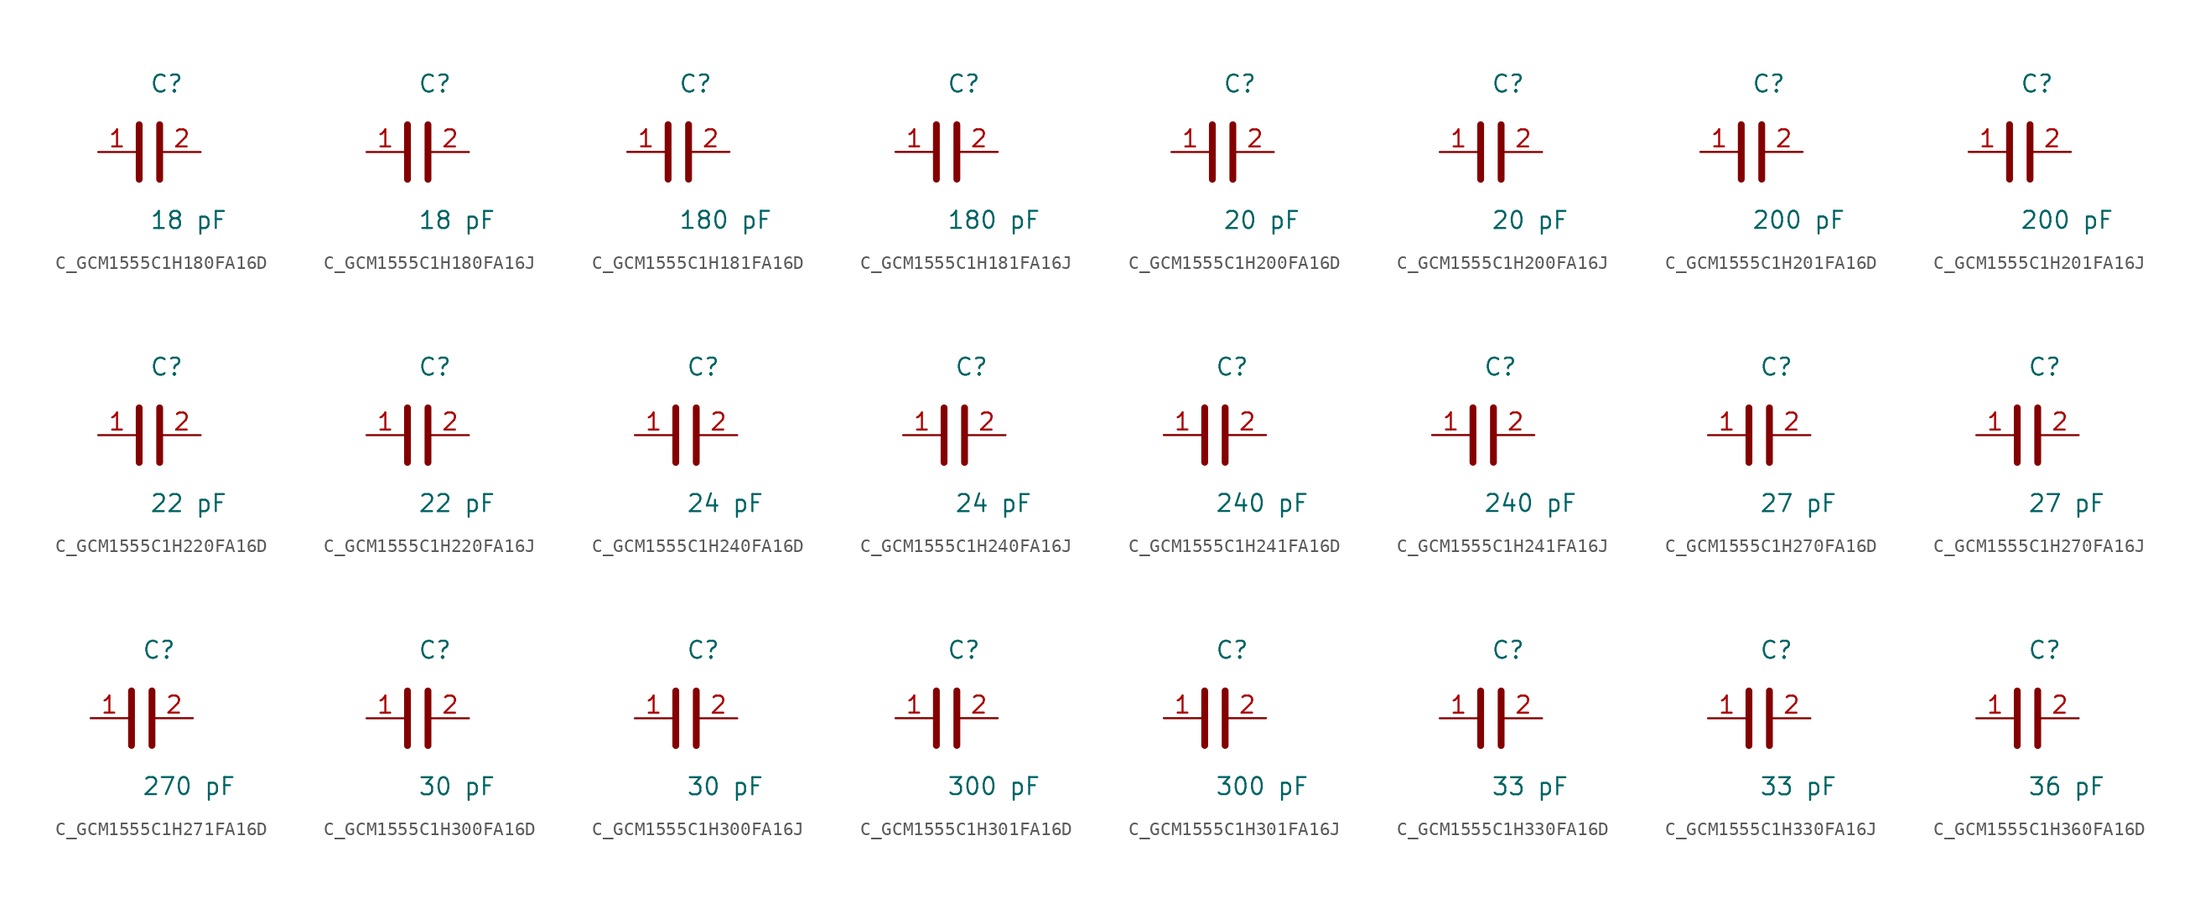
<source format=kicad_sym>
(kicad_symbol_lib
  (version 20231120)
  (generator kicad_symbol_editor)
  (generator_version 8.0)
  (symbol "C_GCM1555C1H180FA16D"
    (pin_names
      (offset 0.254))
    (property "Reference" "C"
      (at 0.0 5.08 0)
      (effects (font (size 1.27 1.27)) (justify left)))
    (property "Value" "18 pF"
      (at 0.0 -5.08 0)
      (effects (font (size 1.27 1.27)) (justify left)))
    (symbol "C_GCM1555C1H180FA16D_0_1"
      (polyline (pts (xy -0.762 -2.032) (xy -0.762 2.032)) (stroke (width 0.508) (type default)) (fill (type none)))
      (polyline (pts (xy 0.762 -2.032) (xy 0.762 2.032)) (stroke (width 0.508) (type default)) (fill (type none))))
    (pin unspecified line
      (at -3.81 0 0)
      (length 2.8)
      (name "" (effects (font (size 1.27 1.27))))
      (number "1" (effects (font (size 1.27 1.27)))))
    (pin unspecified line
      (at 3.81 0 180)
      (length 2.8)
      (name "" (effects (font (size 1.27 1.27))))
      (number "2" (effects (font (size 1.27 1.27))))))
  (symbol "C_GCM1555C1H180FA16J"
    (pin_names
      (offset 0.254))
    (property "Reference" "C"
      (at 0.0 5.08 0)
      (effects (font (size 1.27 1.27)) (justify left)))
    (property "Value" "18 pF"
      (at 0.0 -5.08 0)
      (effects (font (size 1.27 1.27)) (justify left)))
    (symbol "C_GCM1555C1H180FA16J_0_1"
      (polyline (pts (xy -0.762 -2.032) (xy -0.762 2.032)) (stroke (width 0.508) (type default)) (fill (type none)))
      (polyline (pts (xy 0.762 -2.032) (xy 0.762 2.032)) (stroke (width 0.508) (type default)) (fill (type none))))
    (pin unspecified line
      (at -3.81 0 0)
      (length 2.8)
      (name "" (effects (font (size 1.27 1.27))))
      (number "1" (effects (font (size 1.27 1.27)))))
    (pin unspecified line
      (at 3.81 0 180)
      (length 2.8)
      (name "" (effects (font (size 1.27 1.27))))
      (number "2" (effects (font (size 1.27 1.27))))))
  (symbol "C_GCM1555C1H181FA16D"
    (pin_names
      (offset 0.254))
    (property "Reference" "C"
      (at 0.0 5.08 0)
      (effects (font (size 1.27 1.27)) (justify left)))
    (property "Value" "180 pF"
      (at 0.0 -5.08 0)
      (effects (font (size 1.27 1.27)) (justify left)))
    (symbol "C_GCM1555C1H181FA16D_0_1"
      (polyline (pts (xy -0.762 -2.032) (xy -0.762 2.032)) (stroke (width 0.508) (type default)) (fill (type none)))
      (polyline (pts (xy 0.762 -2.032) (xy 0.762 2.032)) (stroke (width 0.508) (type default)) (fill (type none))))
    (pin unspecified line
      (at -3.81 0 0)
      (length 2.8)
      (name "" (effects (font (size 1.27 1.27))))
      (number "1" (effects (font (size 1.27 1.27)))))
    (pin unspecified line
      (at 3.81 0 180)
      (length 2.8)
      (name "" (effects (font (size 1.27 1.27))))
      (number "2" (effects (font (size 1.27 1.27))))))
  (symbol "C_GCM1555C1H181FA16J"
    (pin_names
      (offset 0.254))
    (property "Reference" "C"
      (at 0.0 5.08 0)
      (effects (font (size 1.27 1.27)) (justify left)))
    (property "Value" "180 pF"
      (at 0.0 -5.08 0)
      (effects (font (size 1.27 1.27)) (justify left)))
    (symbol "C_GCM1555C1H181FA16J_0_1"
      (polyline (pts (xy -0.762 -2.032) (xy -0.762 2.032)) (stroke (width 0.508) (type default)) (fill (type none)))
      (polyline (pts (xy 0.762 -2.032) (xy 0.762 2.032)) (stroke (width 0.508) (type default)) (fill (type none))))
    (pin unspecified line
      (at -3.81 0 0)
      (length 2.8)
      (name "" (effects (font (size 1.27 1.27))))
      (number "1" (effects (font (size 1.27 1.27)))))
    (pin unspecified line
      (at 3.81 0 180)
      (length 2.8)
      (name "" (effects (font (size 1.27 1.27))))
      (number "2" (effects (font (size 1.27 1.27))))))
  (symbol "C_GCM1555C1H200FA16D"
    (pin_names
      (offset 0.254))
    (property "Reference" "C"
      (at 0.0 5.08 0)
      (effects (font (size 1.27 1.27)) (justify left)))
    (property "Value" "20 pF"
      (at 0.0 -5.08 0)
      (effects (font (size 1.27 1.27)) (justify left)))
    (symbol "C_GCM1555C1H200FA16D_0_1"
      (polyline (pts (xy -0.762 -2.032) (xy -0.762 2.032)) (stroke (width 0.508) (type default)) (fill (type none)))
      (polyline (pts (xy 0.762 -2.032) (xy 0.762 2.032)) (stroke (width 0.508) (type default)) (fill (type none))))
    (pin unspecified line
      (at -3.81 0 0)
      (length 2.8)
      (name "" (effects (font (size 1.27 1.27))))
      (number "1" (effects (font (size 1.27 1.27)))))
    (pin unspecified line
      (at 3.81 0 180)
      (length 2.8)
      (name "" (effects (font (size 1.27 1.27))))
      (number "2" (effects (font (size 1.27 1.27))))))
  (symbol "C_GCM1555C1H200FA16J"
    (pin_names
      (offset 0.254))
    (property "Reference" "C"
      (at 0.0 5.08 0)
      (effects (font (size 1.27 1.27)) (justify left)))
    (property "Value" "20 pF"
      (at 0.0 -5.08 0)
      (effects (font (size 1.27 1.27)) (justify left)))
    (symbol "C_GCM1555C1H200FA16J_0_1"
      (polyline (pts (xy -0.762 -2.032) (xy -0.762 2.032)) (stroke (width 0.508) (type default)) (fill (type none)))
      (polyline (pts (xy 0.762 -2.032) (xy 0.762 2.032)) (stroke (width 0.508) (type default)) (fill (type none))))
    (pin unspecified line
      (at -3.81 0 0)
      (length 2.8)
      (name "" (effects (font (size 1.27 1.27))))
      (number "1" (effects (font (size 1.27 1.27)))))
    (pin unspecified line
      (at 3.81 0 180)
      (length 2.8)
      (name "" (effects (font (size 1.27 1.27))))
      (number "2" (effects (font (size 1.27 1.27))))))
  (symbol "C_GCM1555C1H201FA16D"
    (pin_names
      (offset 0.254))
    (property "Reference" "C"
      (at 0.0 5.08 0)
      (effects (font (size 1.27 1.27)) (justify left)))
    (property "Value" "200 pF"
      (at 0.0 -5.08 0)
      (effects (font (size 1.27 1.27)) (justify left)))
    (symbol "C_GCM1555C1H201FA16D_0_1"
      (polyline (pts (xy -0.762 -2.032) (xy -0.762 2.032)) (stroke (width 0.508) (type default)) (fill (type none)))
      (polyline (pts (xy 0.762 -2.032) (xy 0.762 2.032)) (stroke (width 0.508) (type default)) (fill (type none))))
    (pin unspecified line
      (at -3.81 0 0)
      (length 2.8)
      (name "" (effects (font (size 1.27 1.27))))
      (number "1" (effects (font (size 1.27 1.27)))))
    (pin unspecified line
      (at 3.81 0 180)
      (length 2.8)
      (name "" (effects (font (size 1.27 1.27))))
      (number "2" (effects (font (size 1.27 1.27))))))
  (symbol "C_GCM1555C1H201FA16J"
    (pin_names
      (offset 0.254))
    (property "Reference" "C"
      (at 0.0 5.08 0)
      (effects (font (size 1.27 1.27)) (justify left)))
    (property "Value" "200 pF"
      (at 0.0 -5.08 0)
      (effects (font (size 1.27 1.27)) (justify left)))
    (symbol "C_GCM1555C1H201FA16J_0_1"
      (polyline (pts (xy -0.762 -2.032) (xy -0.762 2.032)) (stroke (width 0.508) (type default)) (fill (type none)))
      (polyline (pts (xy 0.762 -2.032) (xy 0.762 2.032)) (stroke (width 0.508) (type default)) (fill (type none))))
    (pin unspecified line
      (at -3.81 0 0)
      (length 2.8)
      (name "" (effects (font (size 1.27 1.27))))
      (number "1" (effects (font (size 1.27 1.27)))))
    (pin unspecified line
      (at 3.81 0 180)
      (length 2.8)
      (name "" (effects (font (size 1.27 1.27))))
      (number "2" (effects (font (size 1.27 1.27))))))
  (symbol "C_GCM1555C1H220FA16D"
    (pin_names
      (offset 0.254))
    (property "Reference" "C"
      (at 0.0 5.08 0)
      (effects (font (size 1.27 1.27)) (justify left)))
    (property "Value" "22 pF"
      (at 0.0 -5.08 0)
      (effects (font (size 1.27 1.27)) (justify left)))
    (symbol "C_GCM1555C1H220FA16D_0_1"
      (polyline (pts (xy -0.762 -2.032) (xy -0.762 2.032)) (stroke (width 0.508) (type default)) (fill (type none)))
      (polyline (pts (xy 0.762 -2.032) (xy 0.762 2.032)) (stroke (width 0.508) (type default)) (fill (type none))))
    (pin unspecified line
      (at -3.81 0 0)
      (length 2.8)
      (name "" (effects (font (size 1.27 1.27))))
      (number "1" (effects (font (size 1.27 1.27)))))
    (pin unspecified line
      (at 3.81 0 180)
      (length 2.8)
      (name "" (effects (font (size 1.27 1.27))))
      (number "2" (effects (font (size 1.27 1.27))))))
  (symbol "C_GCM1555C1H220FA16J"
    (pin_names
      (offset 0.254))
    (property "Reference" "C"
      (at 0.0 5.08 0)
      (effects (font (size 1.27 1.27)) (justify left)))
    (property "Value" "22 pF"
      (at 0.0 -5.08 0)
      (effects (font (size 1.27 1.27)) (justify left)))
    (symbol "C_GCM1555C1H220FA16J_0_1"
      (polyline (pts (xy -0.762 -2.032) (xy -0.762 2.032)) (stroke (width 0.508) (type default)) (fill (type none)))
      (polyline (pts (xy 0.762 -2.032) (xy 0.762 2.032)) (stroke (width 0.508) (type default)) (fill (type none))))
    (pin unspecified line
      (at -3.81 0 0)
      (length 2.8)
      (name "" (effects (font (size 1.27 1.27))))
      (number "1" (effects (font (size 1.27 1.27)))))
    (pin unspecified line
      (at 3.81 0 180)
      (length 2.8)
      (name "" (effects (font (size 1.27 1.27))))
      (number "2" (effects (font (size 1.27 1.27))))))
  (symbol "C_GCM1555C1H240FA16D"
    (pin_names
      (offset 0.254))
    (property "Reference" "C"
      (at 0.0 5.08 0)
      (effects (font (size 1.27 1.27)) (justify left)))
    (property "Value" "24 pF"
      (at 0.0 -5.08 0)
      (effects (font (size 1.27 1.27)) (justify left)))
    (symbol "C_GCM1555C1H240FA16D_0_1"
      (polyline (pts (xy -0.762 -2.032) (xy -0.762 2.032)) (stroke (width 0.508) (type default)) (fill (type none)))
      (polyline (pts (xy 0.762 -2.032) (xy 0.762 2.032)) (stroke (width 0.508) (type default)) (fill (type none))))
    (pin unspecified line
      (at -3.81 0 0)
      (length 2.8)
      (name "" (effects (font (size 1.27 1.27))))
      (number "1" (effects (font (size 1.27 1.27)))))
    (pin unspecified line
      (at 3.81 0 180)
      (length 2.8)
      (name "" (effects (font (size 1.27 1.27))))
      (number "2" (effects (font (size 1.27 1.27))))))
  (symbol "C_GCM1555C1H240FA16J"
    (pin_names
      (offset 0.254))
    (property "Reference" "C"
      (at 0.0 5.08 0)
      (effects (font (size 1.27 1.27)) (justify left)))
    (property "Value" "24 pF"
      (at 0.0 -5.08 0)
      (effects (font (size 1.27 1.27)) (justify left)))
    (symbol "C_GCM1555C1H240FA16J_0_1"
      (polyline (pts (xy -0.762 -2.032) (xy -0.762 2.032)) (stroke (width 0.508) (type default)) (fill (type none)))
      (polyline (pts (xy 0.762 -2.032) (xy 0.762 2.032)) (stroke (width 0.508) (type default)) (fill (type none))))
    (pin unspecified line
      (at -3.81 0 0)
      (length 2.8)
      (name "" (effects (font (size 1.27 1.27))))
      (number "1" (effects (font (size 1.27 1.27)))))
    (pin unspecified line
      (at 3.81 0 180)
      (length 2.8)
      (name "" (effects (font (size 1.27 1.27))))
      (number "2" (effects (font (size 1.27 1.27))))))
  (symbol "C_GCM1555C1H241FA16D"
    (pin_names
      (offset 0.254))
    (property "Reference" "C"
      (at 0.0 5.08 0)
      (effects (font (size 1.27 1.27)) (justify left)))
    (property "Value" "240 pF"
      (at 0.0 -5.08 0)
      (effects (font (size 1.27 1.27)) (justify left)))
    (symbol "C_GCM1555C1H241FA16D_0_1"
      (polyline (pts (xy -0.762 -2.032) (xy -0.762 2.032)) (stroke (width 0.508) (type default)) (fill (type none)))
      (polyline (pts (xy 0.762 -2.032) (xy 0.762 2.032)) (stroke (width 0.508) (type default)) (fill (type none))))
    (pin unspecified line
      (at -3.81 0 0)
      (length 2.8)
      (name "" (effects (font (size 1.27 1.27))))
      (number "1" (effects (font (size 1.27 1.27)))))
    (pin unspecified line
      (at 3.81 0 180)
      (length 2.8)
      (name "" (effects (font (size 1.27 1.27))))
      (number "2" (effects (font (size 1.27 1.27))))))
  (symbol "C_GCM1555C1H241FA16J"
    (pin_names
      (offset 0.254))
    (property "Reference" "C"
      (at 0.0 5.08 0)
      (effects (font (size 1.27 1.27)) (justify left)))
    (property "Value" "240 pF"
      (at 0.0 -5.08 0)
      (effects (font (size 1.27 1.27)) (justify left)))
    (symbol "C_GCM1555C1H241FA16J_0_1"
      (polyline (pts (xy -0.762 -2.032) (xy -0.762 2.032)) (stroke (width 0.508) (type default)) (fill (type none)))
      (polyline (pts (xy 0.762 -2.032) (xy 0.762 2.032)) (stroke (width 0.508) (type default)) (fill (type none))))
    (pin unspecified line
      (at -3.81 0 0)
      (length 2.8)
      (name "" (effects (font (size 1.27 1.27))))
      (number "1" (effects (font (size 1.27 1.27)))))
    (pin unspecified line
      (at 3.81 0 180)
      (length 2.8)
      (name "" (effects (font (size 1.27 1.27))))
      (number "2" (effects (font (size 1.27 1.27))))))
  (symbol "C_GCM1555C1H270FA16D"
    (pin_names
      (offset 0.254))
    (property "Reference" "C"
      (at 0.0 5.08 0)
      (effects (font (size 1.27 1.27)) (justify left)))
    (property "Value" "27 pF"
      (at 0.0 -5.08 0)
      (effects (font (size 1.27 1.27)) (justify left)))
    (symbol "C_GCM1555C1H270FA16D_0_1"
      (polyline (pts (xy -0.762 -2.032) (xy -0.762 2.032)) (stroke (width 0.508) (type default)) (fill (type none)))
      (polyline (pts (xy 0.762 -2.032) (xy 0.762 2.032)) (stroke (width 0.508) (type default)) (fill (type none))))
    (pin unspecified line
      (at -3.81 0 0)
      (length 2.8)
      (name "" (effects (font (size 1.27 1.27))))
      (number "1" (effects (font (size 1.27 1.27)))))
    (pin unspecified line
      (at 3.81 0 180)
      (length 2.8)
      (name "" (effects (font (size 1.27 1.27))))
      (number "2" (effects (font (size 1.27 1.27))))))
  (symbol "C_GCM1555C1H270FA16J"
    (pin_names
      (offset 0.254))
    (property "Reference" "C"
      (at 0.0 5.08 0)
      (effects (font (size 1.27 1.27)) (justify left)))
    (property "Value" "27 pF"
      (at 0.0 -5.08 0)
      (effects (font (size 1.27 1.27)) (justify left)))
    (symbol "C_GCM1555C1H270FA16J_0_1"
      (polyline (pts (xy -0.762 -2.032) (xy -0.762 2.032)) (stroke (width 0.508) (type default)) (fill (type none)))
      (polyline (pts (xy 0.762 -2.032) (xy 0.762 2.032)) (stroke (width 0.508) (type default)) (fill (type none))))
    (pin unspecified line
      (at -3.81 0 0)
      (length 2.8)
      (name "" (effects (font (size 1.27 1.27))))
      (number "1" (effects (font (size 1.27 1.27)))))
    (pin unspecified line
      (at 3.81 0 180)
      (length 2.8)
      (name "" (effects (font (size 1.27 1.27))))
      (number "2" (effects (font (size 1.27 1.27))))))
  (symbol "C_GCM1555C1H271FA16D"
    (pin_names
      (offset 0.254))
    (property "Reference" "C"
      (at 0.0 5.08 0)
      (effects (font (size 1.27 1.27)) (justify left)))
    (property "Value" "270 pF"
      (at 0.0 -5.08 0)
      (effects (font (size 1.27 1.27)) (justify left)))
    (symbol "C_GCM1555C1H271FA16D_0_1"
      (polyline (pts (xy -0.762 -2.032) (xy -0.762 2.032)) (stroke (width 0.508) (type default)) (fill (type none)))
      (polyline (pts (xy 0.762 -2.032) (xy 0.762 2.032)) (stroke (width 0.508) (type default)) (fill (type none))))
    (pin unspecified line
      (at -3.81 0 0)
      (length 2.8)
      (name "" (effects (font (size 1.27 1.27))))
      (number "1" (effects (font (size 1.27 1.27)))))
    (pin unspecified line
      (at 3.81 0 180)
      (length 2.8)
      (name "" (effects (font (size 1.27 1.27))))
      (number "2" (effects (font (size 1.27 1.27))))))
  (symbol "C_GCM1555C1H300FA16D"
    (pin_names
      (offset 0.254))
    (property "Reference" "C"
      (at 0.0 5.08 0)
      (effects (font (size 1.27 1.27)) (justify left)))
    (property "Value" "30 pF"
      (at 0.0 -5.08 0)
      (effects (font (size 1.27 1.27)) (justify left)))
    (symbol "C_GCM1555C1H300FA16D_0_1"
      (polyline (pts (xy -0.762 -2.032) (xy -0.762 2.032)) (stroke (width 0.508) (type default)) (fill (type none)))
      (polyline (pts (xy 0.762 -2.032) (xy 0.762 2.032)) (stroke (width 0.508) (type default)) (fill (type none))))
    (pin unspecified line
      (at -3.81 0 0)
      (length 2.8)
      (name "" (effects (font (size 1.27 1.27))))
      (number "1" (effects (font (size 1.27 1.27)))))
    (pin unspecified line
      (at 3.81 0 180)
      (length 2.8)
      (name "" (effects (font (size 1.27 1.27))))
      (number "2" (effects (font (size 1.27 1.27))))))
  (symbol "C_GCM1555C1H300FA16J"
    (pin_names
      (offset 0.254))
    (property "Reference" "C"
      (at 0.0 5.08 0)
      (effects (font (size 1.27 1.27)) (justify left)))
    (property "Value" "30 pF"
      (at 0.0 -5.08 0)
      (effects (font (size 1.27 1.27)) (justify left)))
    (symbol "C_GCM1555C1H300FA16J_0_1"
      (polyline (pts (xy -0.762 -2.032) (xy -0.762 2.032)) (stroke (width 0.508) (type default)) (fill (type none)))
      (polyline (pts (xy 0.762 -2.032) (xy 0.762 2.032)) (stroke (width 0.508) (type default)) (fill (type none))))
    (pin unspecified line
      (at -3.81 0 0)
      (length 2.8)
      (name "" (effects (font (size 1.27 1.27))))
      (number "1" (effects (font (size 1.27 1.27)))))
    (pin unspecified line
      (at 3.81 0 180)
      (length 2.8)
      (name "" (effects (font (size 1.27 1.27))))
      (number "2" (effects (font (size 1.27 1.27))))))
  (symbol "C_GCM1555C1H301FA16D"
    (pin_names
      (offset 0.254))
    (property "Reference" "C"
      (at 0.0 5.08 0)
      (effects (font (size 1.27 1.27)) (justify left)))
    (property "Value" "300 pF"
      (at 0.0 -5.08 0)
      (effects (font (size 1.27 1.27)) (justify left)))
    (symbol "C_GCM1555C1H301FA16D_0_1"
      (polyline (pts (xy -0.762 -2.032) (xy -0.762 2.032)) (stroke (width 0.508) (type default)) (fill (type none)))
      (polyline (pts (xy 0.762 -2.032) (xy 0.762 2.032)) (stroke (width 0.508) (type default)) (fill (type none))))
    (pin unspecified line
      (at -3.81 0 0)
      (length 2.8)
      (name "" (effects (font (size 1.27 1.27))))
      (number "1" (effects (font (size 1.27 1.27)))))
    (pin unspecified line
      (at 3.81 0 180)
      (length 2.8)
      (name "" (effects (font (size 1.27 1.27))))
      (number "2" (effects (font (size 1.27 1.27))))))
  (symbol "C_GCM1555C1H301FA16J"
    (pin_names
      (offset 0.254))
    (property "Reference" "C"
      (at 0.0 5.08 0)
      (effects (font (size 1.27 1.27)) (justify left)))
    (property "Value" "300 pF"
      (at 0.0 -5.08 0)
      (effects (font (size 1.27 1.27)) (justify left)))
    (symbol "C_GCM1555C1H301FA16J_0_1"
      (polyline (pts (xy -0.762 -2.032) (xy -0.762 2.032)) (stroke (width 0.508) (type default)) (fill (type none)))
      (polyline (pts (xy 0.762 -2.032) (xy 0.762 2.032)) (stroke (width 0.508) (type default)) (fill (type none))))
    (pin unspecified line
      (at -3.81 0 0)
      (length 2.8)
      (name "" (effects (font (size 1.27 1.27))))
      (number "1" (effects (font (size 1.27 1.27)))))
    (pin unspecified line
      (at 3.81 0 180)
      (length 2.8)
      (name "" (effects (font (size 1.27 1.27))))
      (number "2" (effects (font (size 1.27 1.27))))))
  (symbol "C_GCM1555C1H330FA16D"
    (pin_names
      (offset 0.254))
    (property "Reference" "C"
      (at 0.0 5.08 0)
      (effects (font (size 1.27 1.27)) (justify left)))
    (property "Value" "33 pF"
      (at 0.0 -5.08 0)
      (effects (font (size 1.27 1.27)) (justify left)))
    (symbol "C_GCM1555C1H330FA16D_0_1"
      (polyline (pts (xy -0.762 -2.032) (xy -0.762 2.032)) (stroke (width 0.508) (type default)) (fill (type none)))
      (polyline (pts (xy 0.762 -2.032) (xy 0.762 2.032)) (stroke (width 0.508) (type default)) (fill (type none))))
    (pin unspecified line
      (at -3.81 0 0)
      (length 2.8)
      (name "" (effects (font (size 1.27 1.27))))
      (number "1" (effects (font (size 1.27 1.27)))))
    (pin unspecified line
      (at 3.81 0 180)
      (length 2.8)
      (name "" (effects (font (size 1.27 1.27))))
      (number "2" (effects (font (size 1.27 1.27))))))
  (symbol "C_GCM1555C1H330FA16J"
    (pin_names
      (offset 0.254))
    (property "Reference" "C"
      (at 0.0 5.08 0)
      (effects (font (size 1.27 1.27)) (justify left)))
    (property "Value" "33 pF"
      (at 0.0 -5.08 0)
      (effects (font (size 1.27 1.27)) (justify left)))
    (symbol "C_GCM1555C1H330FA16J_0_1"
      (polyline (pts (xy -0.762 -2.032) (xy -0.762 2.032)) (stroke (width 0.508) (type default)) (fill (type none)))
      (polyline (pts (xy 0.762 -2.032) (xy 0.762 2.032)) (stroke (width 0.508) (type default)) (fill (type none))))
    (pin unspecified line
      (at -3.81 0 0)
      (length 2.8)
      (name "" (effects (font (size 1.27 1.27))))
      (number "1" (effects (font (size 1.27 1.27)))))
    (pin unspecified line
      (at 3.81 0 180)
      (length 2.8)
      (name "" (effects (font (size 1.27 1.27))))
      (number "2" (effects (font (size 1.27 1.27))))))
  (symbol "C_GCM1555C1H360FA16D"
    (pin_names
      (offset 0.254))
    (property "Reference" "C"
      (at 0.0 5.08 0)
      (effects (font (size 1.27 1.27)) (justify left)))
    (property "Value" "36 pF"
      (at 0.0 -5.08 0)
      (effects (font (size 1.27 1.27)) (justify left)))
    (symbol "C_GCM1555C1H360FA16D_0_1"
      (polyline (pts (xy -0.762 -2.032) (xy -0.762 2.032)) (stroke (width 0.508) (type default)) (fill (type none)))
      (polyline (pts (xy 0.762 -2.032) (xy 0.762 2.032)) (stroke (width 0.508) (type default)) (fill (type none))))
    (pin unspecified line
      (at -3.81 0 0)
      (length 2.8)
      (name "" (effects (font (size 1.27 1.27))))
      (number "1" (effects (font (size 1.27 1.27)))))
    (pin unspecified line
      (at 3.81 0 180)
      (length 2.8)
      (name "" (effects (font (size 1.27 1.27))))
      (number "2" (effects (font (size 1.27 1.27)))))))
</source>
